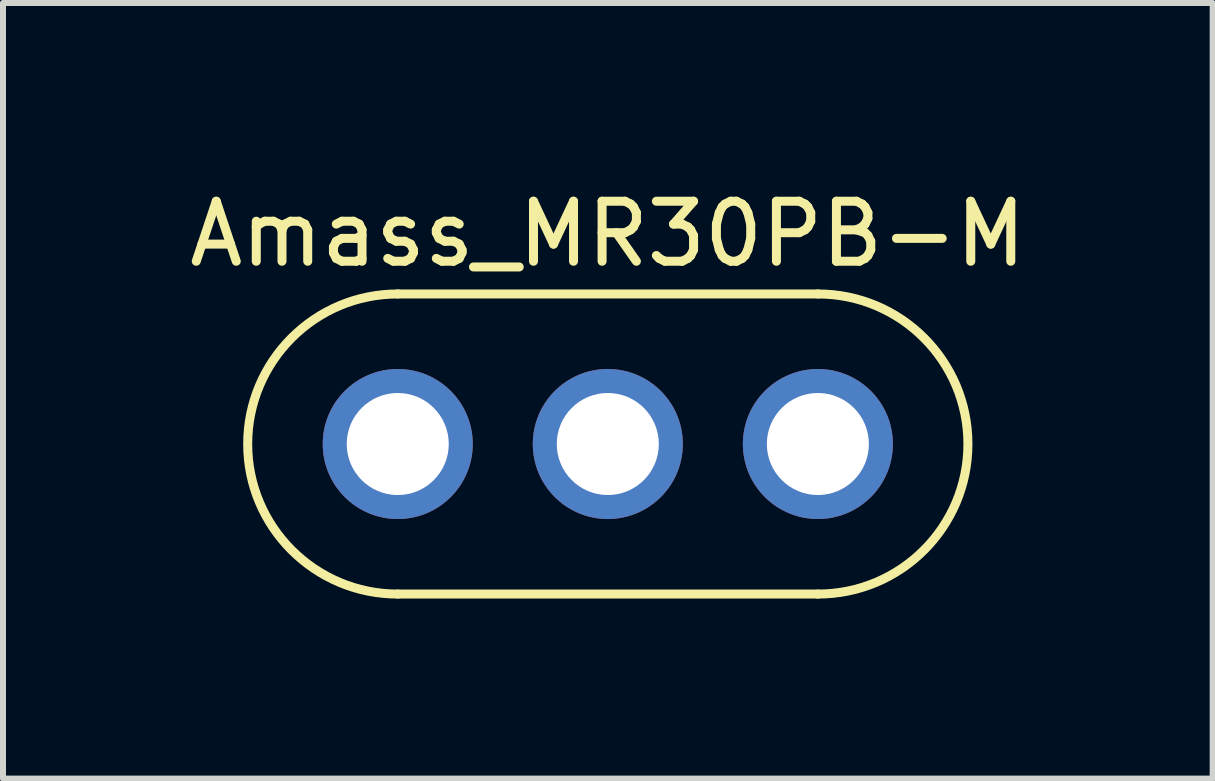
<source format=kicad_pcb>
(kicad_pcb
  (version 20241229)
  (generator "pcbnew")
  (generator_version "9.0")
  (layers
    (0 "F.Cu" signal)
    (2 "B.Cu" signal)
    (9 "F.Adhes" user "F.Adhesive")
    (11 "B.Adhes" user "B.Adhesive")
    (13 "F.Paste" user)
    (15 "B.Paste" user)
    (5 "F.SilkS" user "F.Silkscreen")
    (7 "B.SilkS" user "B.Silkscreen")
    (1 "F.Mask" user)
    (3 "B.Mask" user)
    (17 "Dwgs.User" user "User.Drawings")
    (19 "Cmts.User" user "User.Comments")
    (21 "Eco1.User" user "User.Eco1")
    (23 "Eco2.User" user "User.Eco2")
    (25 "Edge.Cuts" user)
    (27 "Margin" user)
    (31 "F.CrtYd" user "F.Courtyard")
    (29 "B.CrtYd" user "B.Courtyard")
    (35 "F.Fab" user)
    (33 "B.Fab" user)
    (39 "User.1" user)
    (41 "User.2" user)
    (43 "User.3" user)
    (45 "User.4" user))
  (footprint "Amass_MR30PB-M"
    (layer "F.Cu")
    (at 7.077 4.348)
    (property "Reference" "Amass_MR30PB-M" (at 0 -3.5 0) (layer "F.SilkS") (effects (font (size 1 1) (thickness 0.15))))
    (attr through_hole)
    (fp_line (start -3.5 -2.5) (end 3.5 -2.5) (stroke (width 0.15) (type solid)) (layer "F.SilkS"))
    (fp_line (start -3.5 2.5) (end 3.5 2.5) (stroke (width 0.15) (type solid)) (layer "F.SilkS"))
    (fp_arc (start -3.5 2.5) (mid -6 0) (end -3.5 -2.5) (stroke (width 0.15) (type solid)) (layer "F.SilkS"))
    (fp_arc (start 3.5 -2.5) (mid 6 0) (end 3.5 2.5) (stroke (width 0.15) (type solid)) (layer "F.SilkS"))
    (pad "1" thru_hole circle (at -3.5 0) (size 2.5 2.5) (drill 1.7) (layers "*.Cu" "*.Mask"))
    (pad "2" thru_hole circle (at 0 0) (size 2.5 2.5) (drill 1.7) (layers "*.Cu" "*.Mask"))
    (pad "3" thru_hole circle (at 3.5 0) (size 2.5 2.5) (drill 1.7) (layers "*.Cu" "*.Mask")))
  (gr_rect
    (start -3 -3)
    (end 17.155 9.923)
    (stroke (width 0.1) (type default))
    (fill no)
    (layer "Edge.Cuts")))
</source>
